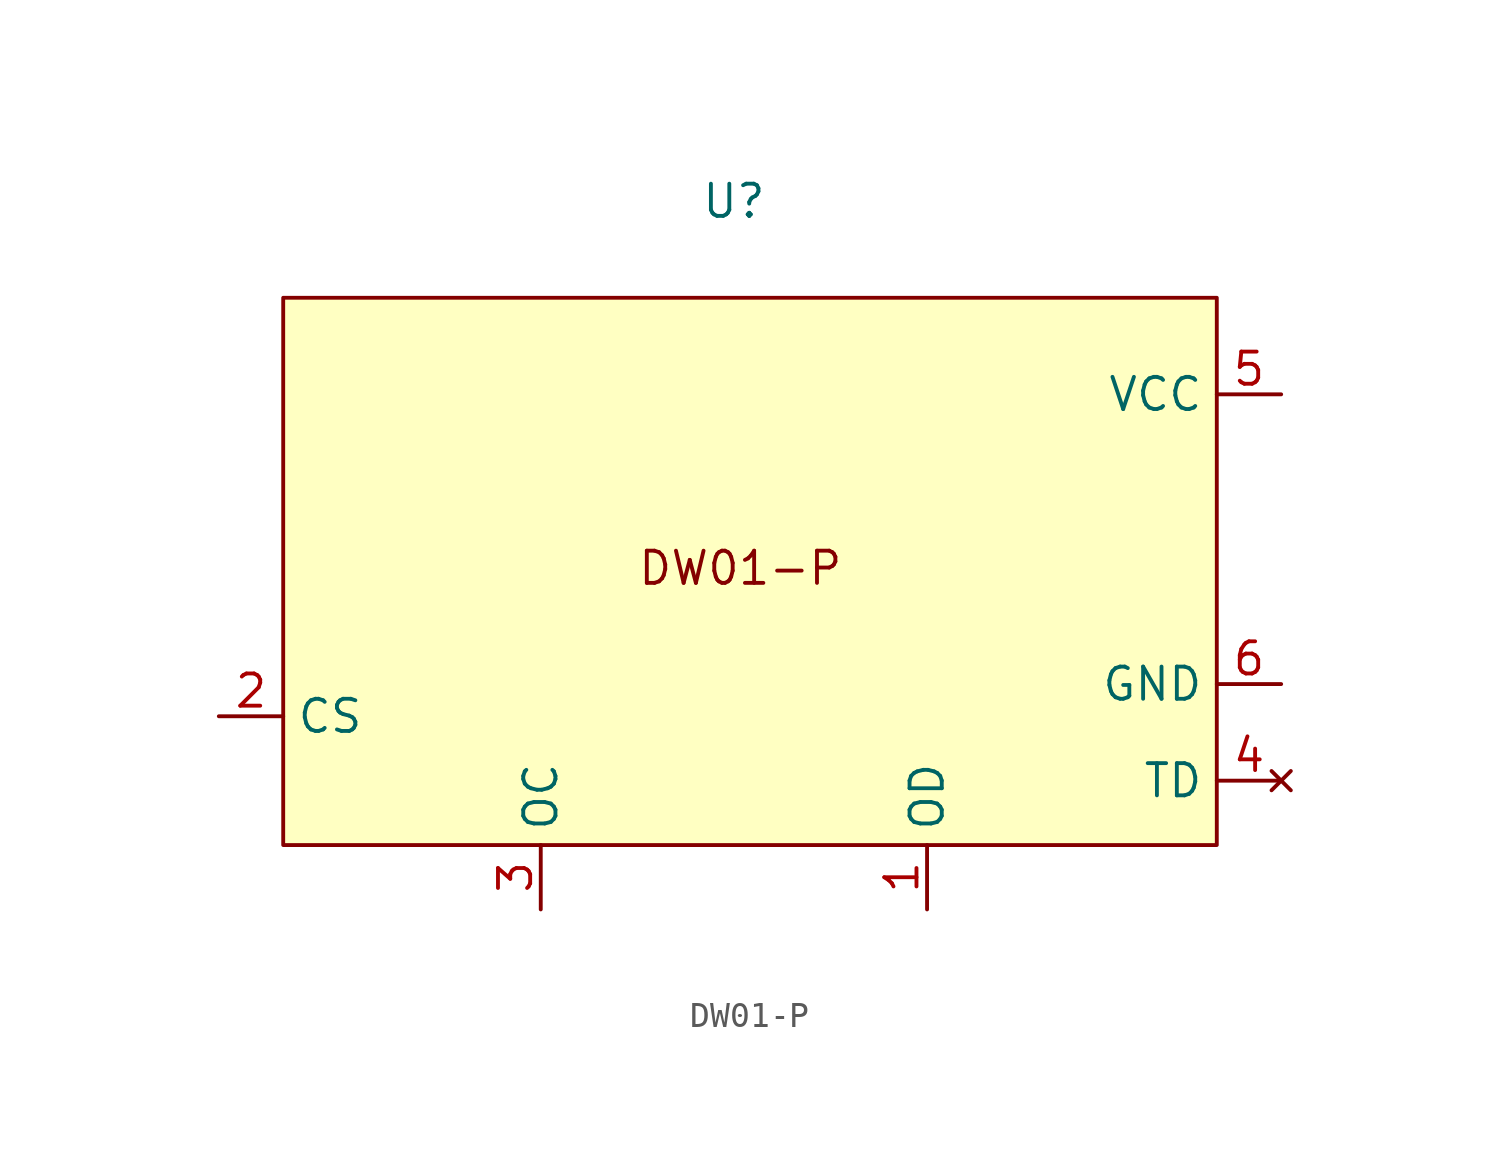
<source format=kicad_sym>
(kicad_symbol_lib
  (version 20231120)
  (generator "kicad_symbol_editor")
  (generator_version "8.0")
  (symbol "DW01-P"
    (property "Reference" "U"
      (at 0 0 0)
      (effects (font (size 1.27 1.27))))
    (property "Value" ""
      (at 0 0 0)
      (effects (font (size 1.27 1.27))))
    (symbol "DW01-P_1_1"
      (rectangle (start -17.78 -3.81) (end 19.05 -25.4) (stroke (width 0) (type default)) (fill (type background)))
      (text "DW01-P\n" (at 0.254 -14.478 0) (effects (font (size 1.27 1.27))))
      (pin output line (at 7.62 -27.94 90) (length 2.54) (name "OD" (effects (font (size 1.27 1.27)))) (number "1" (effects (font (size 1.27 1.27)))))
      (pin input line (at -20.32 -20.32 0) (length 2.54) (name "CS" (effects (font (size 1.27 1.27)))) (number "2" (effects (font (size 1.27 1.27)))))
      (pin output line (at -7.62 -27.94 90) (length 2.54) (name "OC" (effects (font (size 1.27 1.27)))) (number "3" (effects (font (size 1.27 1.27)))))
      (pin no_connect line (at 21.59 -22.86 180) (length 2.54) (name "TD" (effects (font (size 1.27 1.27)))) (number "4" (effects (font (size 1.27 1.27)))))
      (pin power_in line (at 21.59 -7.62 180) (length 2.54) (name "VCC" (effects (font (size 1.27 1.27)))) (number "5" (effects (font (size 1.27 1.27)))))
      (pin power_in line (at 21.59 -19.05 180) (length 2.54) (name "GND" (effects (font (size 1.27 1.27)))) (number "6" (effects (font (size 1.27 1.27))))))))
</source>
